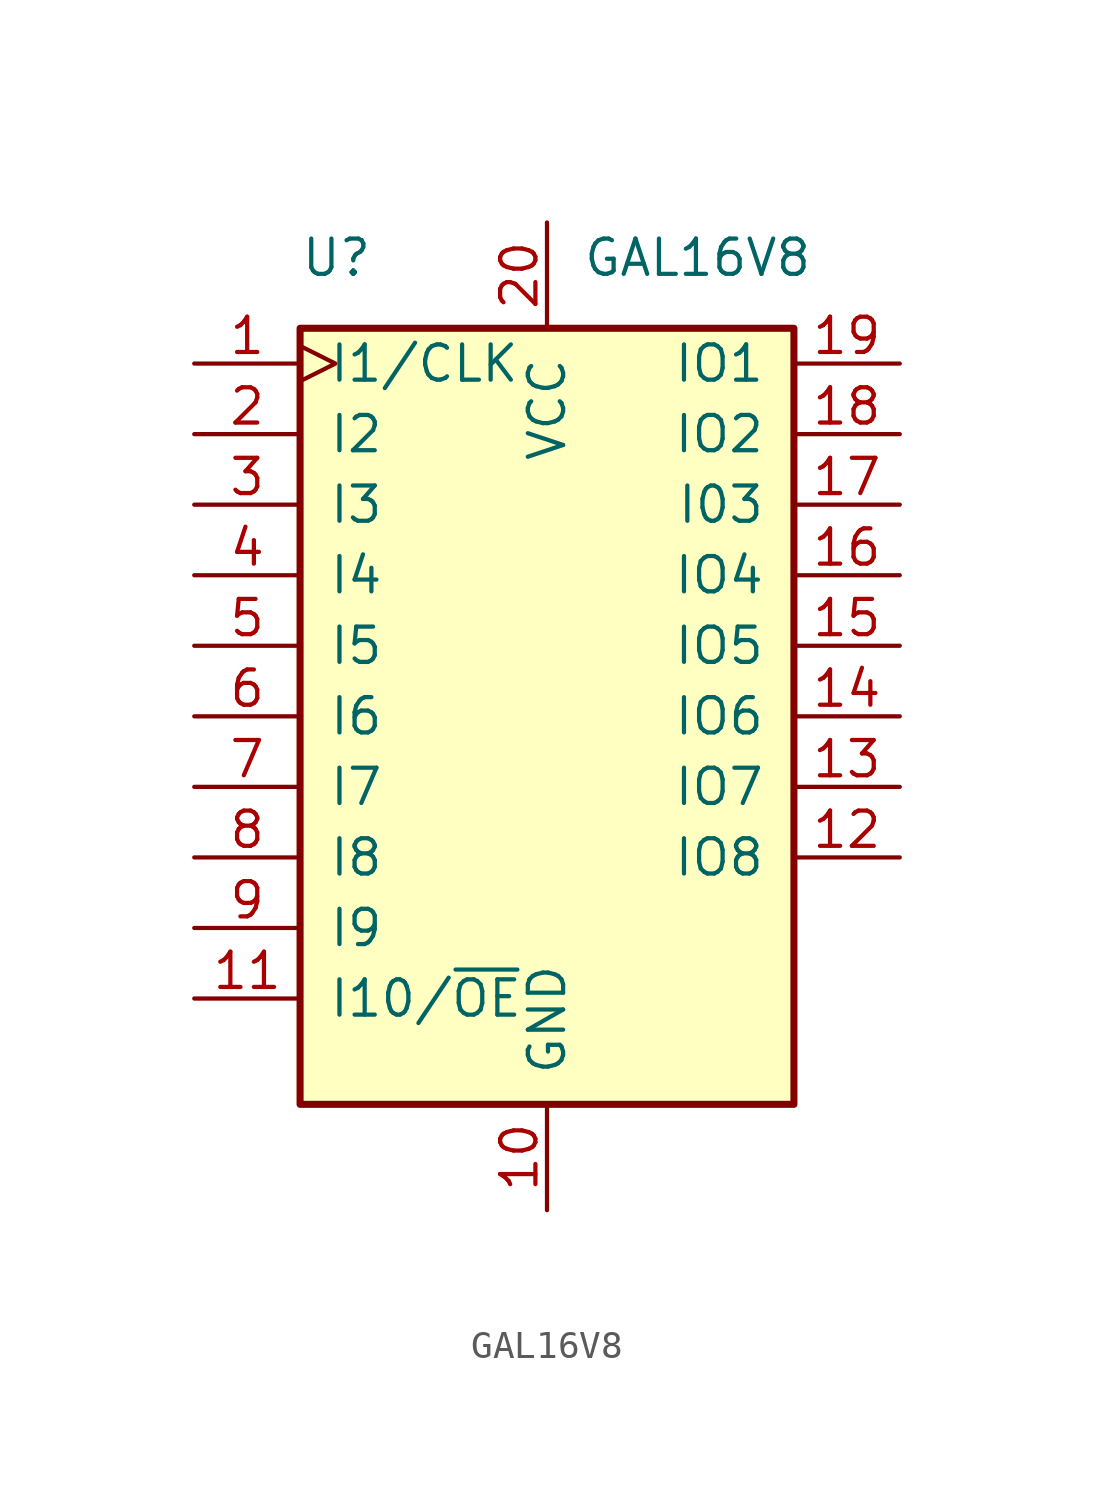
<source format=kicad_sym>
(kicad_symbol_lib
  (version 20211014)
  (generator kicad_symbol_editor)
  (symbol "GAL16V8"
    (pin_names
      (offset 1.016))
    (property "Reference" "U"
      (at -8.89 16.51 0)
      (effects (font (size 1.27 1.27)) (justify left)))
    (property "Value" "GAL16V8"
      (at 1.27 16.51 0)
      (effects (font (size 1.27 1.27)) (justify left)))
    (symbol "GAL16V8_0_0"
      (pin power_in line (at 0 -17.78 90) (length 3.81) (name "GND" (effects (font (size 1.27 1.27)))) (number "10" (effects (font (size 1.27 1.27)))))
      (pin power_in line (at 0 17.78 270) (length 3.81) (name "VCC" (effects (font (size 1.27 1.27)))) (number "20" (effects (font (size 1.27 1.27))))))
    (symbol "GAL16V8_0_1"
      (rectangle (start -8.89 13.97) (end 8.89 -13.97) (stroke (width 0.254) (type default) (color 0 0 0 0)) (fill (type background))))
    (symbol "GAL16V8_1_1"
      (pin input clock (at -12.7 12.7 0) (length 3.81) (name "I1/CLK" (effects (font (size 1.27 1.27)))) (number "1" (effects (font (size 1.27 1.27)))))
      (pin input line (at -12.7 -10.16 0) (length 3.81) (name "I10/~{OE}" (effects (font (size 1.27 1.27)))) (number "11" (effects (font (size 1.27 1.27)))))
      (pin tri_state line (at 12.7 -5.08 180) (length 3.81) (name "IO8" (effects (font (size 1.27 1.27)))) (number "12" (effects (font (size 1.27 1.27)))))
      (pin tri_state line (at 12.7 -2.54 180) (length 3.81) (name "IO7" (effects (font (size 1.27 1.27)))) (number "13" (effects (font (size 1.27 1.27)))))
      (pin tri_state line (at 12.7 0 180) (length 3.81) (name "IO6" (effects (font (size 1.27 1.27)))) (number "14" (effects (font (size 1.27 1.27)))))
      (pin tri_state line (at 12.7 2.54 180) (length 3.81) (name "IO5" (effects (font (size 1.27 1.27)))) (number "15" (effects (font (size 1.27 1.27)))))
      (pin tri_state line (at 12.7 5.08 180) (length 3.81) (name "IO4" (effects (font (size 1.27 1.27)))) (number "16" (effects (font (size 1.27 1.27)))))
      (pin tri_state line (at 12.7 7.62 180) (length 3.81) (name "I03" (effects (font (size 1.27 1.27)))) (number "17" (effects (font (size 1.27 1.27)))))
      (pin tri_state line (at 12.7 10.16 180) (length 3.81) (name "IO2" (effects (font (size 1.27 1.27)))) (number "18" (effects (font (size 1.27 1.27)))))
      (pin tri_state line (at 12.7 12.7 180) (length 3.81) (name "IO1" (effects (font (size 1.27 1.27)))) (number "19" (effects (font (size 1.27 1.27)))))
      (pin input line (at -12.7 10.16 0) (length 3.81) (name "I2" (effects (font (size 1.27 1.27)))) (number "2" (effects (font (size 1.27 1.27)))))
      (pin input line (at -12.7 7.62 0) (length 3.81) (name "I3" (effects (font (size 1.27 1.27)))) (number "3" (effects (font (size 1.27 1.27)))))
      (pin input line (at -12.7 5.08 0) (length 3.81) (name "I4" (effects (font (size 1.27 1.27)))) (number "4" (effects (font (size 1.27 1.27)))))
      (pin input line (at -12.7 2.54 0) (length 3.81) (name "I5" (effects (font (size 1.27 1.27)))) (number "5" (effects (font (size 1.27 1.27)))))
      (pin input line (at -12.7 0 0) (length 3.81) (name "I6" (effects (font (size 1.27 1.27)))) (number "6" (effects (font (size 1.27 1.27)))))
      (pin input line (at -12.7 -2.54 0) (length 3.81) (name "I7" (effects (font (size 1.27 1.27)))) (number "7" (effects (font (size 1.27 1.27)))))
      (pin input line (at -12.7 -5.08 0) (length 3.81) (name "I8" (effects (font (size 1.27 1.27)))) (number "8" (effects (font (size 1.27 1.27)))))
      (pin input line (at -12.7 -7.62 0) (length 3.81) (name "I9" (effects (font (size 1.27 1.27)))) (number "9" (effects (font (size 1.27 1.27))))))))
</source>
